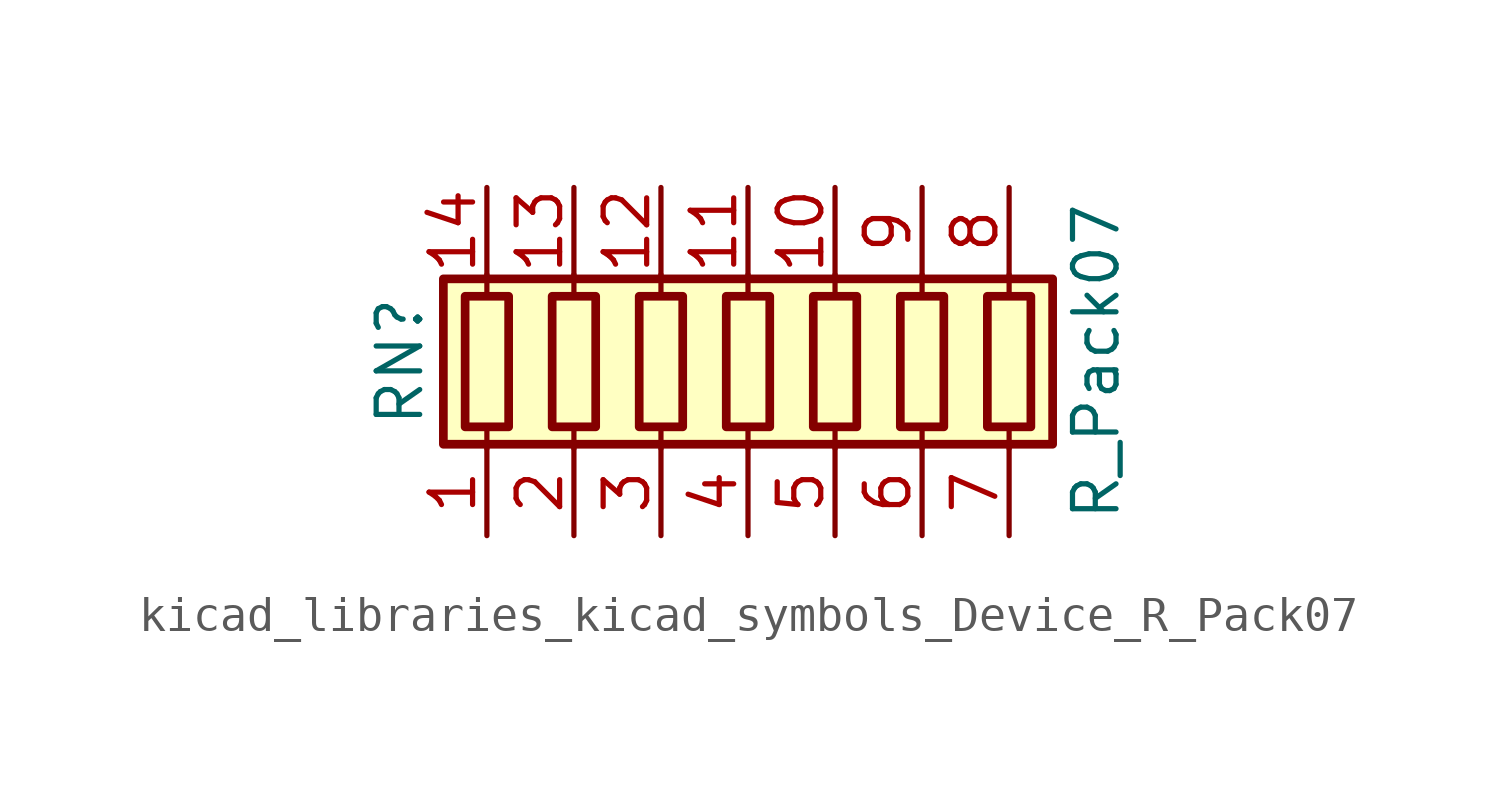
<source format=kicad_sym>
(kicad_symbol_lib
  (version 20220914)
  (generator kicad_symbol_editor)
  (symbol "kicad_libraries_kicad_symbols_Device_R_Pack07"
    (pin_names
      (offset 0) hide)
    (property "Reference" "RN"
      (at -10.16 0 90)
      (effects (font (size 1.27 1.27))))
    (property "Value" "R_Pack07"
      (at 10.16 0 90)
      (effects (font (size 1.27 1.27))))
    (symbol "kicad_libraries_kicad_symbols_Device_R_Pack07_0_1"
      (rectangle (start -8.89 -2.413) (end 8.89 2.413) (stroke (width 0.254) (type default)) (fill (type background)))
      (rectangle (start -8.255 1.905) (end -6.985 -1.905) (stroke (width 0.254) (type default)) (fill (type none)))
      (rectangle (start -5.715 1.905) (end -4.445 -1.905) (stroke (width 0.254) (type default)) (fill (type none)))
      (rectangle (start -3.175 1.905) (end -1.905 -1.905) (stroke (width 0.254) (type default)) (fill (type none)))
      (rectangle (start -0.635 1.905) (end 0.635 -1.905) (stroke (width 0.254) (type default)) (fill (type none)))
      (polyline (pts (xy -7.62 -2.54) (xy -7.62 -1.905)) (stroke (width 0) (type default)) (fill (type none)))
      (polyline (pts (xy -7.62 1.905) (xy -7.62 2.54)) (stroke (width 0) (type default)) (fill (type none)))
      (polyline (pts (xy -5.08 -2.54) (xy -5.08 -1.905)) (stroke (width 0) (type default)) (fill (type none)))
      (polyline (pts (xy -5.08 1.905) (xy -5.08 2.54)) (stroke (width 0) (type default)) (fill (type none)))
      (polyline (pts (xy -2.54 -2.54) (xy -2.54 -1.905)) (stroke (width 0) (type default)) (fill (type none)))
      (polyline (pts (xy -2.54 1.905) (xy -2.54 2.54)) (stroke (width 0) (type default)) (fill (type none)))
      (polyline (pts (xy 0 -2.54) (xy 0 -1.905)) (stroke (width 0) (type default)) (fill (type none)))
      (polyline (pts (xy 0 1.905) (xy 0 2.54)) (stroke (width 0) (type default)) (fill (type none)))
      (polyline (pts (xy 2.54 -2.54) (xy 2.54 -1.905)) (stroke (width 0) (type default)) (fill (type none)))
      (polyline (pts (xy 2.54 1.905) (xy 2.54 2.54)) (stroke (width 0) (type default)) (fill (type none)))
      (polyline (pts (xy 5.08 -2.54) (xy 5.08 -1.905)) (stroke (width 0) (type default)) (fill (type none)))
      (polyline (pts (xy 5.08 1.905) (xy 5.08 2.54)) (stroke (width 0) (type default)) (fill (type none)))
      (polyline (pts (xy 7.62 -2.54) (xy 7.62 -1.905)) (stroke (width 0) (type default)) (fill (type none)))
      (polyline (pts (xy 7.62 1.905) (xy 7.62 2.54)) (stroke (width 0) (type default)) (fill (type none)))
      (rectangle (start 1.905 1.905) (end 3.175 -1.905) (stroke (width 0.254) (type default)) (fill (type none)))
      (rectangle (start 4.445 1.905) (end 5.715 -1.905) (stroke (width 0.254) (type default)) (fill (type none)))
      (rectangle (start 6.985 1.905) (end 8.255 -1.905) (stroke (width 0.254) (type default)) (fill (type none))))
    (symbol "kicad_libraries_kicad_symbols_Device_R_Pack07_1_1"
      (pin passive line (at -7.62 -5.08 90) (length 2.54) (name "R1.1" (effects (font (size 1.27 1.27)))) (number "1" (effects (font (size 1.27 1.27)))))
      (pin passive line (at 2.54 5.08 270) (length 2.54) (name "R5.2" (effects (font (size 1.27 1.27)))) (number "10" (effects (font (size 1.27 1.27)))))
      (pin passive line (at 0 5.08 270) (length 2.54) (name "R4.2" (effects (font (size 1.27 1.27)))) (number "11" (effects (font (size 1.27 1.27)))))
      (pin passive line (at -2.54 5.08 270) (length 2.54) (name "R3.2" (effects (font (size 1.27 1.27)))) (number "12" (effects (font (size 1.27 1.27)))))
      (pin passive line (at -5.08 5.08 270) (length 2.54) (name "R2.2" (effects (font (size 1.27 1.27)))) (number "13" (effects (font (size 1.27 1.27)))))
      (pin passive line (at -7.62 5.08 270) (length 2.54) (name "R1.2" (effects (font (size 1.27 1.27)))) (number "14" (effects (font (size 1.27 1.27)))))
      (pin passive line (at -5.08 -5.08 90) (length 2.54) (name "R2.1" (effects (font (size 1.27 1.27)))) (number "2" (effects (font (size 1.27 1.27)))))
      (pin passive line (at -2.54 -5.08 90) (length 2.54) (name "R3.1" (effects (font (size 1.27 1.27)))) (number "3" (effects (font (size 1.27 1.27)))))
      (pin passive line (at 0 -5.08 90) (length 2.54) (name "R4.1" (effects (font (size 1.27 1.27)))) (number "4" (effects (font (size 1.27 1.27)))))
      (pin passive line (at 2.54 -5.08 90) (length 2.54) (name "R5.1" (effects (font (size 1.27 1.27)))) (number "5" (effects (font (size 1.27 1.27)))))
      (pin passive line (at 5.08 -5.08 90) (length 2.54) (name "R6.1" (effects (font (size 1.27 1.27)))) (number "6" (effects (font (size 1.27 1.27)))))
      (pin passive line (at 7.62 -5.08 90) (length 2.54) (name "R7.1" (effects (font (size 1.27 1.27)))) (number "7" (effects (font (size 1.27 1.27)))))
      (pin passive line (at 7.62 5.08 270) (length 2.54) (name "R7.2" (effects (font (size 1.27 1.27)))) (number "8" (effects (font (size 1.27 1.27)))))
      (pin passive line (at 5.08 5.08 270) (length 2.54) (name "R6.2" (effects (font (size 1.27 1.27)))) (number "9" (effects (font (size 1.27 1.27))))))))
</source>
